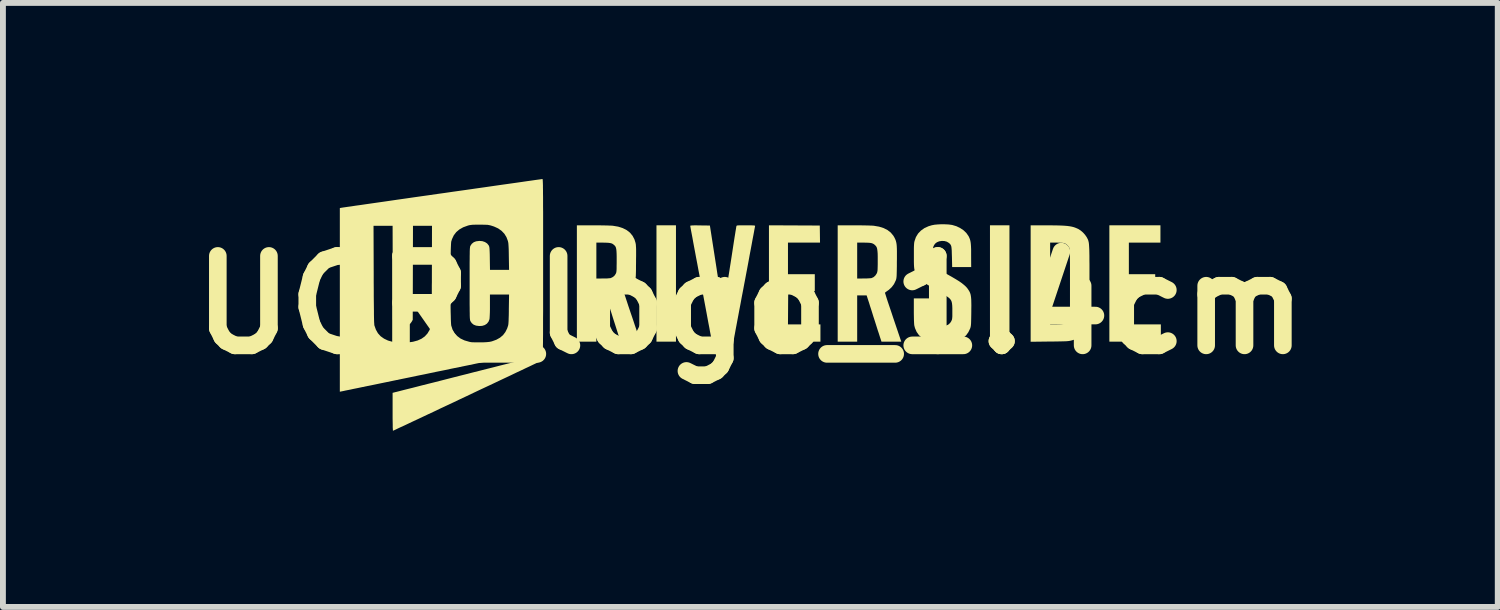
<source format=kicad_pcb>
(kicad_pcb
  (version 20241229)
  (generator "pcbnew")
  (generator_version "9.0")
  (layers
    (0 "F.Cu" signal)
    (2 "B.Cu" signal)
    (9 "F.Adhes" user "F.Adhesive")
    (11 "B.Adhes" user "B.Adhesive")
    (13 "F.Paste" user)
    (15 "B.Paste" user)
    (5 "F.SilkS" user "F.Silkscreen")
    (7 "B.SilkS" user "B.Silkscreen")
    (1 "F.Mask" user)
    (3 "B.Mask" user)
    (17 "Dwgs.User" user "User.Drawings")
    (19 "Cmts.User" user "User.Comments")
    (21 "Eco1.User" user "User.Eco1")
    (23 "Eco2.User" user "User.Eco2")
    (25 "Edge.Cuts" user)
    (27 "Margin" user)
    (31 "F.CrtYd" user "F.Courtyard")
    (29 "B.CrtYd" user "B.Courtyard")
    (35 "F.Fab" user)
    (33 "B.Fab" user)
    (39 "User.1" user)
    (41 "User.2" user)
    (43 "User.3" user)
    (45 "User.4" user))
  (footprint "UCR_logo_1.4cm"
    (layer "F.Cu")
    (at 9.732 2.144)
    (property "Reference" "UCR_logo_1.4cm" (at 0 0 0) (layer "F.SilkS") (effects (font (size 1.524 1.524) (thickness 0.3))))
    (attr board_only exclude_from_pos_files exclude_from_bom)
    (fp_poly (pts (xy -1.267 0.626) (xy -1.599 0.626) (xy -1.599 -1.356) (xy -1.267 -1.356)) (stroke (width 0) (type solid)) (fill yes) (layer "F.SilkS"))
    (fp_poly (pts (xy 4.414 0.626) (xy 4.082 0.626) (xy 4.082 -1.356) (xy 4.414 -1.356)) (stroke (width 0) (type solid)) (fill yes) (layer "F.SilkS"))
    (fp_poly (pts (xy 6.986 -1.061) (xy 6.448 -1.061) (xy 6.448 -0.523) (xy 6.897 -0.523) (xy 6.897 -0.236) (xy 6.448 -0.236) (xy 6.448 0.332) (xy 6.993 0.332) (xy 6.993 0.626) (xy 6.116 0.626) (xy 6.116 -1.356) (xy 6.986 -1.356)) (stroke (width 0) (type solid)) (fill yes) (layer "F.SilkS"))
    (fp_poly (pts (xy 0.75 -1.354) (xy 1.183 -1.352) (xy 1.185 -1.207) (xy 1.187 -1.061) (xy 0.641 -1.061) (xy 0.641 -0.523) (xy 1.098 -0.523) (xy 1.098 -0.236) (xy 0.871 -0.234) (xy 0.645 -0.232) (xy 0.643 0.05) (xy 0.641 0.332) (xy 1.194 0.332) (xy 1.194 0.626) (xy 0.317 0.626) (xy 0.317 -1.356)) (stroke (width 0) (type solid)) (fill yes) (layer "F.SilkS"))
    (fp_poly (pts (xy -3.531 0.856) (xy -3.53 0.872) (xy -3.53 0.891) (xy -3.531 0.919) (xy -3.536 0.937) (xy -3.539 0.941) (xy -3.547 0.945) (xy -3.567 0.955) (xy -3.599 0.97) (xy -3.643 0.991) (xy -3.696 1.016) (xy -3.758 1.046) (xy -3.829 1.079) (xy -3.908 1.117) (xy -3.994 1.157) (xy -4.085 1.201) (xy -4.183 1.247) (xy -4.285 1.295) (xy -4.39 1.345) (xy -4.499 1.396) (xy -4.61 1.448) (xy -4.722 1.501) (xy -4.835 1.555) (xy -4.948 1.608) (xy -5.059 1.661) (xy -5.17 1.713) (xy -5.277 1.763) (xy -5.381 1.813) (xy -5.482 1.86) (xy -5.577 1.905) (xy -5.666 1.947) (xy -5.75 1.986) (xy -5.826 2.022) (xy -5.893 2.054) (xy -5.953 2.081) (xy -6.002 2.104) (xy -6.041 2.123) (xy -6.069 2.136) (xy -6.085 2.143) (xy -6.088 2.144) (xy -6.089 2.137) (xy -6.09 2.117) (xy -6.092 2.085) (xy -6.092 2.042) (xy -6.093 1.991) (xy -6.094 1.933) (xy -6.094 1.868) (xy -6.094 1.821) (xy -6.094 1.498) (xy -6.044 1.485) (xy -6.026 1.481) (xy -5.995 1.473) (xy -5.952 1.462) (xy -5.898 1.448) (xy -5.834 1.432) (xy -5.761 1.414) (xy -5.679 1.393) (xy -5.59 1.37) (xy -5.495 1.346) (xy -5.394 1.321) (xy -5.288 1.294) (xy -5.179 1.266) (xy -5.066 1.237) (xy -4.952 1.208) (xy -4.836 1.179) (xy -4.72 1.149) (xy -4.604 1.12) (xy -4.49 1.091) (xy -4.378 1.063) (xy -4.27 1.035) (xy -4.166 1.009) (xy -4.066 0.984) (xy -3.973 0.96) (xy -3.886 0.938) (xy -3.807 0.918) (xy -3.737 0.9) (xy -3.676 0.884) (xy -3.625 0.871) (xy -3.586 0.861) (xy -3.559 0.854) (xy -3.544 0.851) (xy -3.543 0.85) (xy -3.535 0.85)) (stroke (width 0) (type solid)) (fill yes) (layer "F.SilkS"))
    (fp_poly (pts (xy 1.763 -1.356) (xy 1.828 -1.356) (xy 1.892 -1.355) (xy 1.951 -1.354) (xy 2.005 -1.353) (xy 2.05 -1.351) (xy 2.084 -1.35) (xy 2.104 -1.348) (xy 2.193 -1.333) (xy 2.27 -1.309) (xy 2.337 -1.275) (xy 2.392 -1.232) (xy 2.436 -1.179) (xy 2.452 -1.152) (xy 2.463 -1.13) (xy 2.473 -1.108) (xy 2.48 -1.087) (xy 2.486 -1.063) (xy 2.491 -1.035) (xy 2.494 -1.002) (xy 2.496 -0.962) (xy 2.497 -0.913) (xy 2.497 -0.853) (xy 2.497 -0.781) (xy 2.496 -0.734) (xy 2.496 -0.663) (xy 2.495 -0.605) (xy 2.494 -0.559) (xy 2.493 -0.522) (xy 2.492 -0.494) (xy 2.49 -0.472) (xy 2.488 -0.455) (xy 2.485 -0.441) (xy 2.482 -0.429) (xy 2.477 -0.416) (xy 2.476 -0.414) (xy 2.448 -0.356) (xy 2.409 -0.303) (xy 2.361 -0.258) (xy 2.343 -0.245) (xy 2.32 -0.229) (xy 2.303 -0.216) (xy 2.294 -0.208) (xy 2.293 -0.207) (xy 2.295 -0.2) (xy 2.302 -0.179) (xy 2.312 -0.147) (xy 2.325 -0.105) (xy 2.342 -0.053) (xy 2.362 0.006) (xy 2.384 0.071) (xy 2.408 0.142) (xy 2.431 0.212) (xy 2.571 0.626) (xy 2.234 0.626) (xy 2.208 0.547) (xy 2.2 0.522) (xy 2.188 0.484) (xy 2.172 0.437) (xy 2.155 0.383) (xy 2.136 0.323) (xy 2.116 0.26) (xy 2.096 0.199) (xy 2.077 0.137) (xy 2.058 0.077) (xy 2.04 0.022) (xy 2.025 -0.027) (xy 2.012 -0.067) (xy 2.002 -0.097) (xy 1.996 -0.115) (xy 1.996 -0.116) (xy 1.981 -0.162) (xy 1.82 -0.162) (xy 1.82 0.626) (xy 1.488 0.626) (xy 1.488 -1.061) (xy 1.82 -1.061) (xy 1.82 -0.449) (xy 1.929 -0.45) (xy 1.97 -0.45) (xy 2.008 -0.452) (xy 2.039 -0.454) (xy 2.061 -0.456) (xy 2.065 -0.457) (xy 2.101 -0.474) (xy 2.132 -0.503) (xy 2.155 -0.539) (xy 2.157 -0.544) (xy 2.161 -0.557) (xy 2.164 -0.571) (xy 2.167 -0.59) (xy 2.168 -0.615) (xy 2.169 -0.648) (xy 2.17 -0.691) (xy 2.17 -0.747) (xy 2.17 -0.755) (xy 2.17 -0.82) (xy 2.169 -0.872) (xy 2.166 -0.912) (xy 2.162 -0.944) (xy 2.157 -0.969) (xy 2.149 -0.988) (xy 2.138 -1.004) (xy 2.124 -1.018) (xy 2.118 -1.024) (xy 2.101 -1.037) (xy 2.081 -1.047) (xy 2.058 -1.054) (xy 2.028 -1.058) (xy 1.988 -1.06) (xy 1.936 -1.061) (xy 1.929 -1.061) (xy 1.82 -1.061) (xy 1.488 -1.061) (xy 1.488 -1.356)) (stroke (width 0) (type solid)) (fill yes) (layer "F.SilkS"))
    (fp_poly (pts (xy -2.68 -1.356) (xy -2.615 -1.356) (xy -2.551 -1.355) (xy -2.492 -1.354) (xy -2.439 -1.353) (xy -2.394 -1.351) (xy -2.36 -1.35) (xy -2.34 -1.348) (xy -2.251 -1.333) (xy -2.173 -1.308) (xy -2.106 -1.274) (xy -2.051 -1.231) (xy -2.007 -1.178) (xy -1.974 -1.116) (xy -1.956 -1.057) (xy -1.953 -1.042) (xy -1.95 -1.024) (xy -1.949 -1.001) (xy -1.947 -0.974) (xy -1.946 -0.939) (xy -1.946 -0.895) (xy -1.946 -0.84) (xy -1.947 -0.773) (xy -1.947 -0.734) (xy -1.948 -0.663) (xy -1.948 -0.605) (xy -1.949 -0.559) (xy -1.95 -0.523) (xy -1.951 -0.495) (xy -1.953 -0.473) (xy -1.955 -0.456) (xy -1.958 -0.443) (xy -1.961 -0.431) (xy -1.965 -0.42) (xy -1.967 -0.416) (xy -1.998 -0.352) (xy -2.037 -0.299) (xy -2.086 -0.255) (xy -2.124 -0.229) (xy -2.141 -0.218) (xy -2.151 -0.209) (xy -2.152 -0.206) (xy -2.149 -0.198) (xy -2.143 -0.178) (xy -2.132 -0.146) (xy -2.118 -0.103) (xy -2.101 -0.052) (xy -2.082 0.007) (xy -2.06 0.072) (xy -2.036 0.143) (xy -2.015 0.204) (xy -1.99 0.278) (xy -1.967 0.348) (xy -1.945 0.412) (xy -1.926 0.47) (xy -1.91 0.52) (xy -1.896 0.561) (xy -1.886 0.592) (xy -1.881 0.611) (xy -1.879 0.617) (xy -1.882 0.62) (xy -1.891 0.623) (xy -1.909 0.624) (xy -1.936 0.625) (xy -1.975 0.625) (xy -2.026 0.625) (xy -2.046 0.625) (xy -2.212 0.623) (xy -2.311 0.313) (xy -2.333 0.245) (xy -2.354 0.178) (xy -2.374 0.114) (xy -2.393 0.056) (xy -2.409 0.004) (xy -2.423 -0.038) (xy -2.433 -0.069) (xy -2.436 -0.079) (xy -2.462 -0.162) (xy -2.623 -0.162) (xy -2.623 0.626) (xy -2.955 0.626) (xy -2.955 -1.061) (xy -2.623 -1.061) (xy -2.623 -0.449) (xy -2.515 -0.45) (xy -2.474 -0.45) (xy -2.436 -0.451) (xy -2.404 -0.454) (xy -2.383 -0.456) (xy -2.378 -0.457) (xy -2.342 -0.475) (xy -2.31 -0.503) (xy -2.291 -0.534) (xy -2.287 -0.544) (xy -2.283 -0.557) (xy -2.281 -0.573) (xy -2.279 -0.594) (xy -2.278 -0.624) (xy -2.278 -0.663) (xy -2.277 -0.713) (xy -2.277 -0.755) (xy -2.277 -0.82) (xy -2.278 -0.872) (xy -2.28 -0.912) (xy -2.283 -0.944) (xy -2.288 -0.968) (xy -2.294 -0.987) (xy -2.303 -1.001) (xy -2.314 -1.014) (xy -2.328 -1.026) (xy -2.345 -1.039) (xy -2.364 -1.048) (xy -2.389 -1.054) (xy -2.42 -1.058) (xy -2.461 -1.06) (xy -2.513 -1.061) (xy -2.515 -1.061) (xy -2.623 -1.061) (xy -2.955 -1.061) (xy -2.955 -1.356)) (stroke (width 0) (type solid)) (fill yes) (layer "F.SilkS"))
    (fp_poly (pts (xy 5.046 -1.356) (xy 5.14 -1.355) (xy 5.221 -1.354) (xy 5.29 -1.352) (xy 5.349 -1.349) (xy 5.399 -1.345) (xy 5.443 -1.339) (xy 5.48 -1.332) (xy 5.514 -1.323) (xy 5.546 -1.311) (xy 5.576 -1.298) (xy 5.589 -1.292) (xy 5.627 -1.267) (xy 5.667 -1.233) (xy 5.702 -1.194) (xy 5.729 -1.155) (xy 5.732 -1.15) (xy 5.739 -1.136) (xy 5.746 -1.123) (xy 5.752 -1.11) (xy 5.757 -1.096) (xy 5.761 -1.08) (xy 5.765 -1.062) (xy 5.768 -1.039) (xy 5.77 -1.012) (xy 5.772 -0.979) (xy 5.774 -0.939) (xy 5.775 -0.891) (xy 5.776 -0.835) (xy 5.776 -0.769) (xy 5.777 -0.692) (xy 5.777 -0.604) (xy 5.777 -0.503) (xy 5.777 -0.389) (xy 5.777 -0.365) (xy 5.777 -0.248) (xy 5.777 -0.144) (xy 5.777 -0.054) (xy 5.776 0.025) (xy 5.776 0.093) (xy 5.775 0.151) (xy 5.774 0.201) (xy 5.773 0.242) (xy 5.771 0.276) (xy 5.768 0.305) (xy 5.765 0.328) (xy 5.762 0.348) (xy 5.758 0.364) (xy 5.753 0.378) (xy 5.747 0.392) (xy 5.74 0.405) (xy 5.733 0.419) (xy 5.731 0.423) (xy 5.693 0.479) (xy 5.643 0.526) (xy 5.581 0.565) (xy 5.508 0.595) (xy 5.474 0.605) (xy 5.458 0.609) (xy 5.443 0.612) (xy 5.426 0.615) (xy 5.406 0.617) (xy 5.381 0.619) (xy 5.351 0.62) (xy 5.313 0.621) (xy 5.265 0.622) (xy 5.207 0.623) (xy 5.137 0.624) (xy 5.094 0.624) (xy 4.775 0.628) (xy 4.775 -1.061) (xy 5.107 -1.061) (xy 5.107 0.332) (xy 5.212 0.332) (xy 5.252 0.331) (xy 5.289 0.33) (xy 5.32 0.327) (xy 5.341 0.325) (xy 5.344 0.324) (xy 5.381 0.307) (xy 5.412 0.278) (xy 5.432 0.247) (xy 5.434 0.241) (xy 5.436 0.234) (xy 5.438 0.224) (xy 5.44 0.212) (xy 5.441 0.195) (xy 5.442 0.173) (xy 5.443 0.144) (xy 5.444 0.109) (xy 5.444 0.065) (xy 5.445 0.012) (xy 5.445 -0.052) (xy 5.445 -0.126) (xy 5.445 -0.213) (xy 5.445 -0.313) (xy 5.445 -0.365) (xy 5.445 -0.471) (xy 5.445 -0.564) (xy 5.445 -0.644) (xy 5.445 -0.713) (xy 5.444 -0.771) (xy 5.444 -0.819) (xy 5.443 -0.858) (xy 5.443 -0.89) (xy 5.442 -0.915) (xy 5.44 -0.934) (xy 5.439 -0.948) (xy 5.437 -0.959) (xy 5.435 -0.967) (xy 5.433 -0.974) (xy 5.432 -0.977) (xy 5.408 -1.012) (xy 5.376 -1.039) (xy 5.344 -1.053) (xy 5.327 -1.056) (xy 5.298 -1.059) (xy 5.262 -1.06) (xy 5.222 -1.061) (xy 5.212 -1.061) (xy 5.107 -1.061) (xy 4.775 -1.061) (xy 4.775 -1.356)) (stroke (width 0) (type solid)) (fill yes) (layer "F.SilkS"))
    (fp_poly (pts (xy -0.021 -1.356) (xy 0.021 -1.355) (xy 0.051 -1.354) (xy 0.07 -1.352) (xy 0.079 -1.349) (xy 0.081 -1.347) (xy 0.08 -1.339) (xy 0.076 -1.317) (xy 0.069 -1.282) (xy 0.061 -1.236) (xy 0.05 -1.178) (xy 0.037 -1.11) (xy 0.023 -1.033) (xy 0.007 -0.947) (xy -0.011 -0.853) (xy -0.029 -0.753) (xy -0.049 -0.646) (xy -0.07 -0.535) (xy -0.092 -0.418) (xy -0.103 -0.361) (xy -0.125 -0.243) (xy -0.147 -0.13) (xy -0.167 -0.021) (xy -0.187 0.083) (xy -0.205 0.18) (xy -0.222 0.269) (xy -0.237 0.35) (xy -0.251 0.423) (xy -0.262 0.485) (xy -0.272 0.537) (xy -0.279 0.577) (xy -0.284 0.604) (xy -0.287 0.619) (xy -0.287 0.621) (xy -0.294 0.622) (xy -0.314 0.624) (xy -0.345 0.625) (xy -0.384 0.626) (xy -0.43 0.626) (xy -0.472 0.626) (xy -0.522 0.626) (xy -0.567 0.626) (xy -0.605 0.625) (xy -0.634 0.624) (xy -0.651 0.622) (xy -0.656 0.621) (xy -0.657 0.613) (xy -0.661 0.592) (xy -0.667 0.558) (xy -0.676 0.511) (xy -0.687 0.454) (xy -0.699 0.387) (xy -0.714 0.31) (xy -0.73 0.224) (xy -0.747 0.131) (xy -0.766 0.03) (xy -0.786 -0.076) (xy -0.807 -0.187) (xy -0.829 -0.303) (xy -0.84 -0.361) (xy -0.862 -0.479) (xy -0.884 -0.593) (xy -0.904 -0.702) (xy -0.924 -0.806) (xy -0.942 -0.903) (xy -0.959 -0.993) (xy -0.974 -1.074) (xy -0.987 -1.147) (xy -0.999 -1.21) (xy -1.009 -1.262) (xy -1.016 -1.302) (xy -1.021 -1.33) (xy -1.024 -1.345) (xy -1.024 -1.347) (xy -1.021 -1.35) (xy -1.009 -1.352) (xy -0.987 -1.354) (xy -0.955 -1.355) (xy -0.91 -1.355) (xy -0.857 -1.354) (xy -0.689 -1.352) (xy -0.578 -0.639) (xy -0.563 -0.539) (xy -0.547 -0.442) (xy -0.533 -0.351) (xy -0.52 -0.266) (xy -0.507 -0.188) (xy -0.496 -0.118) (xy -0.486 -0.057) (xy -0.478 -0.007) (xy -0.471 0.033) (xy -0.467 0.06) (xy -0.464 0.075) (xy -0.464 0.077) (xy -0.462 0.07) (xy -0.458 0.05) (xy -0.453 0.017) (xy -0.445 -0.027) (xy -0.436 -0.082) (xy -0.426 -0.147) (xy -0.414 -0.22) (xy -0.401 -0.301) (xy -0.387 -0.389) (xy -0.373 -0.482) (xy -0.357 -0.58) (xy -0.351 -0.621) (xy -0.335 -0.721) (xy -0.32 -0.818) (xy -0.306 -0.909) (xy -0.293 -0.994) (xy -0.281 -1.072) (xy -0.27 -1.143) (xy -0.26 -1.204) (xy -0.252 -1.255) (xy -0.245 -1.295) (xy -0.241 -1.323) (xy -0.238 -1.337) (xy -0.238 -1.339) (xy -0.236 -1.345) (xy -0.233 -1.349) (xy -0.227 -1.352) (xy -0.215 -1.354) (xy -0.196 -1.355) (xy -0.168 -1.356) (xy -0.129 -1.356) (xy -0.077 -1.356)) (stroke (width 0) (type solid)) (fill yes) (layer "F.SilkS"))
    (fp_poly (pts (xy 3.32 -1.373) (xy 3.379 -1.37) (xy 3.43 -1.363) (xy 3.441 -1.361) (xy 3.511 -1.34) (xy 3.575 -1.309) (xy 3.632 -1.271) (xy 3.679 -1.226) (xy 3.714 -1.176) (xy 3.716 -1.174) (xy 3.728 -1.149) (xy 3.738 -1.125) (xy 3.746 -1.1) (xy 3.752 -1.071) (xy 3.756 -1.038) (xy 3.759 -0.996) (xy 3.761 -0.946) (xy 3.761 -0.884) (xy 3.761 -0.844) (xy 3.762 -0.645) (xy 3.438 -0.645) (xy 3.434 -0.818) (xy 3.432 -0.878) (xy 3.431 -0.924) (xy 3.428 -0.96) (xy 3.425 -0.988) (xy 3.42 -1.008) (xy 3.412 -1.024) (xy 3.403 -1.037) (xy 3.39 -1.049) (xy 3.382 -1.056) (xy 3.347 -1.077) (xy 3.306 -1.088) (xy 3.261 -1.09) (xy 3.217 -1.083) (xy 3.178 -1.067) (xy 3.147 -1.043) (xy 3.147 -1.042) (xy 3.131 -1.02) (xy 3.119 -0.995) (xy 3.117 -0.989) (xy 3.114 -0.969) (xy 3.112 -0.938) (xy 3.11 -0.899) (xy 3.11 -0.856) (xy 3.11 -0.813) (xy 3.112 -0.773) (xy 3.114 -0.739) (xy 3.117 -0.715) (xy 3.118 -0.711) (xy 3.127 -0.688) (xy 3.144 -0.665) (xy 3.168 -0.64) (xy 3.202 -0.613) (xy 3.247 -0.584) (xy 3.303 -0.55) (xy 3.357 -0.52) (xy 3.435 -0.476) (xy 3.501 -0.437) (xy 3.556 -0.403) (xy 3.602 -0.371) (xy 3.639 -0.341) (xy 3.67 -0.313) (xy 3.695 -0.285) (xy 3.716 -0.255) (xy 3.723 -0.243) (xy 3.735 -0.223) (xy 3.744 -0.202) (xy 3.751 -0.181) (xy 3.756 -0.156) (xy 3.76 -0.127) (xy 3.763 -0.091) (xy 3.764 -0.046) (xy 3.765 0.009) (xy 3.764 0.076) (xy 3.764 0.12) (xy 3.763 0.186) (xy 3.762 0.239) (xy 3.761 0.281) (xy 3.76 0.314) (xy 3.758 0.339) (xy 3.756 0.358) (xy 3.753 0.373) (xy 3.75 0.386) (xy 3.745 0.399) (xy 3.745 0.401) (xy 3.714 0.465) (xy 3.675 0.519) (xy 3.625 0.563) (xy 3.564 0.597) (xy 3.492 0.623) (xy 3.477 0.626) (xy 3.438 0.634) (xy 3.388 0.64) (xy 3.332 0.644) (xy 3.274 0.646) (xy 3.218 0.646) (xy 3.169 0.643) (xy 3.143 0.641) (xy 3.059 0.623) (xy 2.985 0.597) (xy 2.923 0.561) (xy 2.872 0.515) (xy 2.833 0.46) (xy 2.805 0.396) (xy 2.794 0.355) (xy 2.791 0.335) (xy 2.789 0.302) (xy 2.787 0.258) (xy 2.786 0.203) (xy 2.785 0.14) (xy 2.785 0.103) (xy 2.785 -0.111) (xy 3.11 -0.111) (xy 3.11 0.241) (xy 3.13 0.281) (xy 3.156 0.317) (xy 3.192 0.343) (xy 3.237 0.358) (xy 3.275 0.361) (xy 3.326 0.355) (xy 3.369 0.338) (xy 3.402 0.309) (xy 3.421 0.281) (xy 3.428 0.266) (xy 3.434 0.252) (xy 3.437 0.238) (xy 3.439 0.22) (xy 3.441 0.195) (xy 3.441 0.161) (xy 3.441 0.115) (xy 3.441 0.111) (xy 3.441 0.053) (xy 3.439 0.008) (xy 3.435 -0.027) (xy 3.429 -0.054) (xy 3.42 -0.076) (xy 3.407 -0.095) (xy 3.39 -0.114) (xy 3.388 -0.116) (xy 3.371 -0.129) (xy 3.344 -0.148) (xy 3.308 -0.171) (xy 3.265 -0.197) (xy 3.217 -0.225) (xy 3.198 -0.236) (xy 3.119 -0.281) (xy 3.053 -0.321) (xy 2.997 -0.357) (xy 2.951 -0.388) (xy 2.913 -0.418) (xy 2.883 -0.446) (xy 2.858 -0.473) (xy 2.838 -0.5) (xy 2.822 -0.529) (xy 2.82 -0.534) (xy 2.81 -0.554) (xy 2.803 -0.574) (xy 2.797 -0.596) (xy 2.792 -0.621) (xy 2.789 -0.651) (xy 2.787 -0.689) (xy 2.786 -0.736) (xy 2.786 -0.794) (xy 2.786 -0.84) (xy 2.786 -0.906) (xy 2.786 -0.959) (xy 2.787 -1.001) (xy 2.789 -1.033) (xy 2.791 -1.059) (xy 2.795 -1.078) (xy 2.797 -1.087) (xy 2.821 -1.156) (xy 2.858 -1.216) (xy 2.906 -1.266) (xy 2.965 -1.308) (xy 3.035 -1.34) (xy 3.092 -1.357) (xy 3.139 -1.366) (xy 3.195 -1.371) (xy 3.257 -1.374)) (stroke (width 0) (type solid)) (fill yes) (layer "F.SilkS"))
    (fp_poly (pts (xy -3.539 -2.143) (xy -3.538 -2.137) (xy -3.537 -2.128) (xy -3.536 -2.114) (xy -3.535 -2.094) (xy -3.534 -2.069) (xy -3.533 -2.037) (xy -3.533 -1.998) (xy -3.532 -1.952) (xy -3.532 -1.897) (xy -3.531 -1.833) (xy -3.531 -1.76) (xy -3.531 -1.678) (xy -3.53 -1.585) (xy -3.53 -1.48) (xy -3.53 -1.365) (xy -3.53 -1.237) (xy -3.53 -1.096) (xy -3.53 -0.942) (xy -3.53 -0.774) (xy -3.53 -0.689) (xy -3.53 -0.544) (xy -3.53 -0.402) (xy -3.53 -0.266) (xy -3.53 -0.134) (xy -3.53 -0.009) (xy -3.53 0.109) (xy -3.531 0.22) (xy -3.531 0.323) (xy -3.531 0.417) (xy -3.531 0.501) (xy -3.532 0.575) (xy -3.532 0.638) (xy -3.533 0.689) (xy -3.533 0.728) (xy -3.533 0.754) (xy -3.534 0.766) (xy -3.534 0.766) (xy -3.542 0.768) (xy -3.563 0.772) (xy -3.597 0.779) (xy -3.644 0.789) (xy -3.703 0.801) (xy -3.773 0.815) (xy -3.854 0.832) (xy -3.945 0.851) (xy -4.045 0.871) (xy -4.153 0.893) (xy -4.27 0.917) (xy -4.394 0.943) (xy -4.525 0.97) (xy -4.662 0.998) (xy -4.805 1.028) (xy -4.952 1.058) (xy -5.104 1.089) (xy -5.201 1.11) (xy -5.356 1.141) (xy -5.507 1.173) (xy -5.655 1.203) (xy -5.798 1.233) (xy -5.935 1.261) (xy -6.066 1.288) (xy -6.191 1.314) (xy -6.308 1.338) (xy -6.418 1.361) (xy -6.518 1.381) (xy -6.61 1.4) (xy -6.691 1.417) (xy -6.761 1.431) (xy -6.82 1.444) (xy -6.867 1.453) (xy -6.902 1.46) (xy -6.923 1.465) (xy -6.928 1.466) (xy -6.993 1.479) (xy -6.993 -1.348) (xy -6.419 -1.348) (xy -6.416 -0.518) (xy -6.416 -0.381) (xy -6.415 -0.259) (xy -6.415 -0.151) (xy -6.414 -0.055) (xy -6.413 0.029) (xy -6.412 0.102) (xy -6.412 0.164) (xy -6.411 0.216) (xy -6.41 0.258) (xy -6.409 0.292) (xy -6.407 0.317) (xy -6.406 0.336) (xy -6.405 0.347) (xy -6.404 0.35) (xy -6.379 0.421) (xy -6.344 0.483) (xy -6.298 0.534) (xy -6.24 0.575) (xy -6.173 0.607) (xy -6.102 0.627) (xy -6.052 0.634) (xy -5.991 0.639) (xy -5.926 0.641) (xy -5.86 0.64) (xy -5.799 0.635) (xy -5.748 0.628) (xy -5.744 0.627) (xy -5.667 0.606) (xy -5.601 0.576) (xy -5.546 0.537) (xy -5.501 0.488) (xy -5.465 0.428) (xy -5.441 0.368) (xy -5.439 0.362) (xy -5.437 0.354) (xy -5.435 0.344) (xy -5.434 0.331) (xy -5.432 0.315) (xy -5.431 0.294) (xy -5.43 0.268) (xy -5.429 0.236) (xy -5.429 0.197) (xy -5.428 0.15) (xy -5.428 0.095) (xy -5.427 0.03) (xy -5.427 -0.045) (xy -5.426 -0.131) (xy -5.426 -0.23) (xy -5.426 -0.341) (xy -5.425 -0.384) (xy -5.108 -0.384) (xy -5.108 -0.293) (xy -5.107 -0.203) (xy -5.107 -0.115) (xy -5.106 -0.031) (xy -5.106 0.049) (xy -5.105 0.122) (xy -5.103 0.187) (xy -5.102 0.244) (xy -5.1 0.29) (xy -5.098 0.325) (xy -5.096 0.347) (xy -5.095 0.352) (xy -5.073 0.421) (xy -5.039 0.481) (xy -4.993 0.531) (xy -4.937 0.573) (xy -4.869 0.605) (xy -4.789 0.628) (xy -4.761 0.634) (xy -4.743 0.636) (xy -4.713 0.637) (xy -4.674 0.638) (xy -4.63 0.638) (xy -4.591 0.638) (xy -4.538 0.637) (xy -4.498 0.635) (xy -4.466 0.632) (xy -4.44 0.629) (xy -4.416 0.624) (xy -4.4 0.62) (xy -4.326 0.593) (xy -4.264 0.558) (xy -4.213 0.515) (xy -4.173 0.462) (xy -4.142 0.4) (xy -4.129 0.36) (xy -4.125 0.346) (xy -4.122 0.327) (xy -4.12 0.302) (xy -4.118 0.27) (xy -4.117 0.229) (xy -4.115 0.176) (xy -4.114 0.112) (xy -4.114 0.072) (xy -4.11 -0.177) (xy -4.436 -0.177) (xy -4.436 0.014) (xy -4.436 0.074) (xy -4.437 0.128) (xy -4.439 0.175) (xy -4.441 0.212) (xy -4.443 0.237) (xy -4.444 0.244) (xy -4.46 0.285) (xy -4.487 0.319) (xy -4.523 0.343) (xy -4.568 0.357) (xy -4.618 0.36) (xy -4.672 0.353) (xy -4.713 0.337) (xy -4.746 0.31) (xy -4.768 0.277) (xy -4.771 0.271) (xy -4.773 0.264) (xy -4.775 0.255) (xy -4.776 0.243) (xy -4.778 0.227) (xy -4.779 0.206) (xy -4.78 0.179) (xy -4.78 0.145) (xy -4.781 0.103) (xy -4.781 0.052) (xy -4.782 -0.008) (xy -4.782 -0.08) (xy -4.782 -0.163) (xy -4.782 -0.259) (xy -4.782 -0.365) (xy -4.782 -0.474) (xy -4.782 -0.57) (xy -4.782 -0.653) (xy -4.782 -0.724) (xy -4.781 -0.784) (xy -4.781 -0.834) (xy -4.78 -0.876) (xy -4.78 -0.909) (xy -4.779 -0.936) (xy -4.778 -0.957) (xy -4.776 -0.973) (xy -4.775 -0.985) (xy -4.773 -0.994) (xy -4.771 -1.001) (xy -4.768 -1.007) (xy -4.745 -1.041) (xy -4.711 -1.068) (xy -4.672 -1.083) (xy -4.617 -1.09) (xy -4.566 -1.086) (xy -4.521 -1.071) (xy -4.484 -1.047) (xy -4.457 -1.014) (xy -4.45 -0.998) (xy -4.446 -0.983) (xy -4.443 -0.956) (xy -4.441 -0.915) (xy -4.439 -0.861) (xy -4.438 -0.792) (xy -4.438 -0.787) (xy -4.435 -0.597) (xy -4.11 -0.597) (xy -4.114 -0.82) (xy -4.115 -0.887) (xy -4.116 -0.942) (xy -4.118 -0.986) (xy -4.12 -1.02) (xy -4.122 -1.046) (xy -4.125 -1.067) (xy -4.129 -1.083) (xy -4.129 -1.086) (xy -4.155 -1.155) (xy -4.191 -1.213) (xy -4.238 -1.262) (xy -4.296 -1.303) (xy -4.366 -1.335) (xy -4.412 -1.35) (xy -4.434 -1.356) (xy -4.454 -1.36) (xy -4.477 -1.364) (xy -4.504 -1.365) (xy -4.539 -1.366) (xy -4.584 -1.367) (xy -4.613 -1.367) (xy -4.664 -1.367) (xy -4.704 -1.366) (xy -4.735 -1.365) (xy -4.759 -1.362) (xy -4.781 -1.359) (xy -4.802 -1.354) (xy -4.815 -1.35) (xy -4.892 -1.322) (xy -4.957 -1.285) (xy -5.01 -1.24) (xy -5.052 -1.185) (xy -5.082 -1.121) (xy -5.095 -1.08) (xy -5.097 -1.064) (xy -5.099 -1.035) (xy -5.101 -0.993) (xy -5.103 -0.941) (xy -5.104 -0.88) (xy -5.105 -0.81) (xy -5.106 -0.733) (xy -5.107 -0.651) (xy -5.107 -0.565) (xy -5.108 -0.475) (xy -5.108 -0.384) (xy -5.425 -0.384) (xy -5.425 -0.465) (xy -5.425 -0.51) (xy -5.423 -1.348) (xy -5.747 -1.348) (xy -5.749 -0.547) (xy -5.751 0.254) (xy -5.768 0.285) (xy -5.791 0.317) (xy -5.822 0.339) (xy -5.862 0.353) (xy -5.871 0.355) (xy -5.928 0.36) (xy -5.977 0.354) (xy -6.02 0.338) (xy -6.053 0.311) (xy -6.071 0.284) (xy -6.09 0.247) (xy -6.094 -1.348) (xy -6.419 -1.348) (xy -6.993 -1.348) (xy -6.993 -1.649) (xy -6.973 -1.654) (xy -6.963 -1.655) (xy -6.94 -1.659) (xy -6.904 -1.664) (xy -6.856 -1.671) (xy -6.796 -1.679) (xy -6.726 -1.69) (xy -6.645 -1.701) (xy -6.556 -1.714) (xy -6.459 -1.728) (xy -6.354 -1.743) (xy -6.242 -1.759) (xy -6.125 -1.776) (xy -6.002 -1.794) (xy -5.875 -1.812) (xy -5.744 -1.831) (xy -5.61 -1.85) (xy -5.475 -1.869) (xy -5.338 -1.889) (xy -5.201 -1.908) (xy -5.064 -1.928) (xy -4.928 -1.947) (xy -4.794 -1.966) (xy -4.663 -1.985) (xy -4.535 -2.003) (xy -4.411 -2.021) (xy -4.293 -2.038) (xy -4.18 -2.054) (xy -4.073 -2.069) (xy -3.974 -2.083) (xy -3.884 -2.096) (xy -3.802 -2.108) (xy -3.729 -2.118) (xy -3.668 -2.127) (xy -3.617 -2.134) (xy -3.579 -2.139) (xy -3.553 -2.143) (xy -3.541 -2.144) (xy -3.54 -2.144)) (stroke (width 0) (type solid)) (fill yes) (layer "F.SilkS")))
  (gr_rect
    (start -3 -3)
    (end 22.464 7.289)
    (stroke (width 0.1) (type default))
    (fill no)
    (layer "Edge.Cuts")))
</source>
